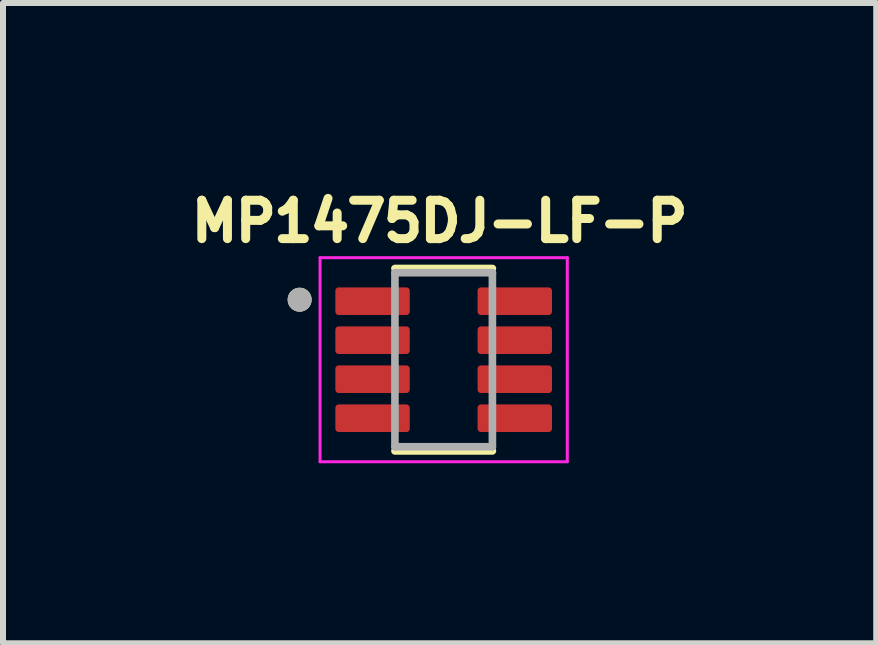
<source format=kicad_pcb>
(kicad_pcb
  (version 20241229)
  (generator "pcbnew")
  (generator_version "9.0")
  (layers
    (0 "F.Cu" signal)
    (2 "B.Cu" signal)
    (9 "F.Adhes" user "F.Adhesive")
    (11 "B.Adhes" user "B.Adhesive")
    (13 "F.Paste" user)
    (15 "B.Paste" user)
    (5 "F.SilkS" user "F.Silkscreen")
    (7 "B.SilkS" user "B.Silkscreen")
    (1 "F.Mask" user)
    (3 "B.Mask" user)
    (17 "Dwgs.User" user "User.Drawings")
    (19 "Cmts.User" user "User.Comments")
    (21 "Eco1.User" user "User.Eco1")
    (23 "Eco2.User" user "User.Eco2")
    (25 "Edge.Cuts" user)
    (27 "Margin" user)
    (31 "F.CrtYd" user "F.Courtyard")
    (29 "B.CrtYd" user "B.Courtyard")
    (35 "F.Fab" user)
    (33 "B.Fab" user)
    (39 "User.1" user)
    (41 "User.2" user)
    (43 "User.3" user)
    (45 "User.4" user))
  (footprint "MP1475DJ-LF-P"
    (layer "F.Cu")
    (at 4.343 2.944)
    (property "Reference" "MP1475DJ-LF-P" (at -0.068 -2.306 0) (layer "F.SilkS") (effects (font (size 0.64 0.64) (thickness 0.15))))
    (attr smd)
    (fp_line (start -0.812 -1.52) (end 0.812 -1.52) (stroke (width 0.127) (type solid)) (layer "F.SilkS"))
    (fp_line (start -0.812 1.52) (end 0.812 1.52) (stroke (width 0.127) (type solid)) (layer "F.SilkS"))
    (fp_circle (center -2.4 -1) (end -2.3 -1) (stroke (width 0.2) (type solid)) (fill no) (layer "F.SilkS"))
    (fp_line (start -2.06 -1.7) (end 2.06 -1.7) (stroke (width 0.05) (type solid)) (layer "F.CrtYd"))
    (fp_line (start -2.06 1.7) (end -2.06 -1.7) (stroke (width 0.05) (type solid)) (layer "F.CrtYd"))
    (fp_line (start 2.06 -1.7) (end 2.06 1.7) (stroke (width 0.05) (type solid)) (layer "F.CrtYd"))
    (fp_line (start 2.06 1.7) (end -2.06 1.7) (stroke (width 0.05) (type solid)) (layer "F.CrtYd"))
    (fp_line (start -0.812 -1.45) (end 0.812 -1.45) (stroke (width 0.127) (type solid)) (layer "F.Fab"))
    (fp_line (start -0.812 1.45) (end -0.812 -1.45) (stroke (width 0.127) (type solid)) (layer "F.Fab"))
    (fp_line (start 0.812 -1.45) (end 0.812 1.45) (stroke (width 0.127) (type solid)) (layer "F.Fab"))
    (fp_line (start 0.812 1.45) (end -0.812 1.45) (stroke (width 0.127) (type solid)) (layer "F.Fab"))
    (fp_circle (center -2.4 -1) (end -2.3 -1) (stroke (width 0.2) (type solid)) (fill no) (layer "F.Fab"))
    (pad "1" smd roundrect (at -1.185 -0.975) (size 1.24 0.46) (layers "F.Cu" "F.Mask" "F.Paste") (roundrect_rratio 0.12))
    (pad "2" smd roundrect (at -1.185 -0.325) (size 1.24 0.46) (layers "F.Cu" "F.Mask" "F.Paste") (roundrect_rratio 0.12))
    (pad "3" smd roundrect (at -1.185 0.325) (size 1.24 0.46) (layers "F.Cu" "F.Mask" "F.Paste") (roundrect_rratio 0.12))
    (pad "4" smd roundrect (at -1.185 0.975) (size 1.24 0.46) (layers "F.Cu" "F.Mask" "F.Paste") (roundrect_rratio 0.12))
    (pad "5" smd roundrect (at 1.185 0.975 180) (size 1.24 0.46) (layers "F.Cu" "F.Mask" "F.Paste") (roundrect_rratio 0.12))
    (pad "6" smd roundrect (at 1.185 0.325 180) (size 1.24 0.46) (layers "F.Cu" "F.Mask" "F.Paste") (roundrect_rratio 0.12))
    (pad "7" smd roundrect (at 1.185 -0.325 180) (size 1.24 0.46) (layers "F.Cu" "F.Mask" "F.Paste") (roundrect_rratio 0.12))
    (pad "8" smd roundrect (at 1.185 -0.975 180) (size 1.24 0.46) (layers "F.Cu" "F.Mask" "F.Paste") (roundrect_rratio 0.12)))
  (gr_rect
    (start -3 -3)
    (end 11.551 7.669)
    (stroke (width 0.1) (type default))
    (fill no)
    (layer "Edge.Cuts")))
</source>
